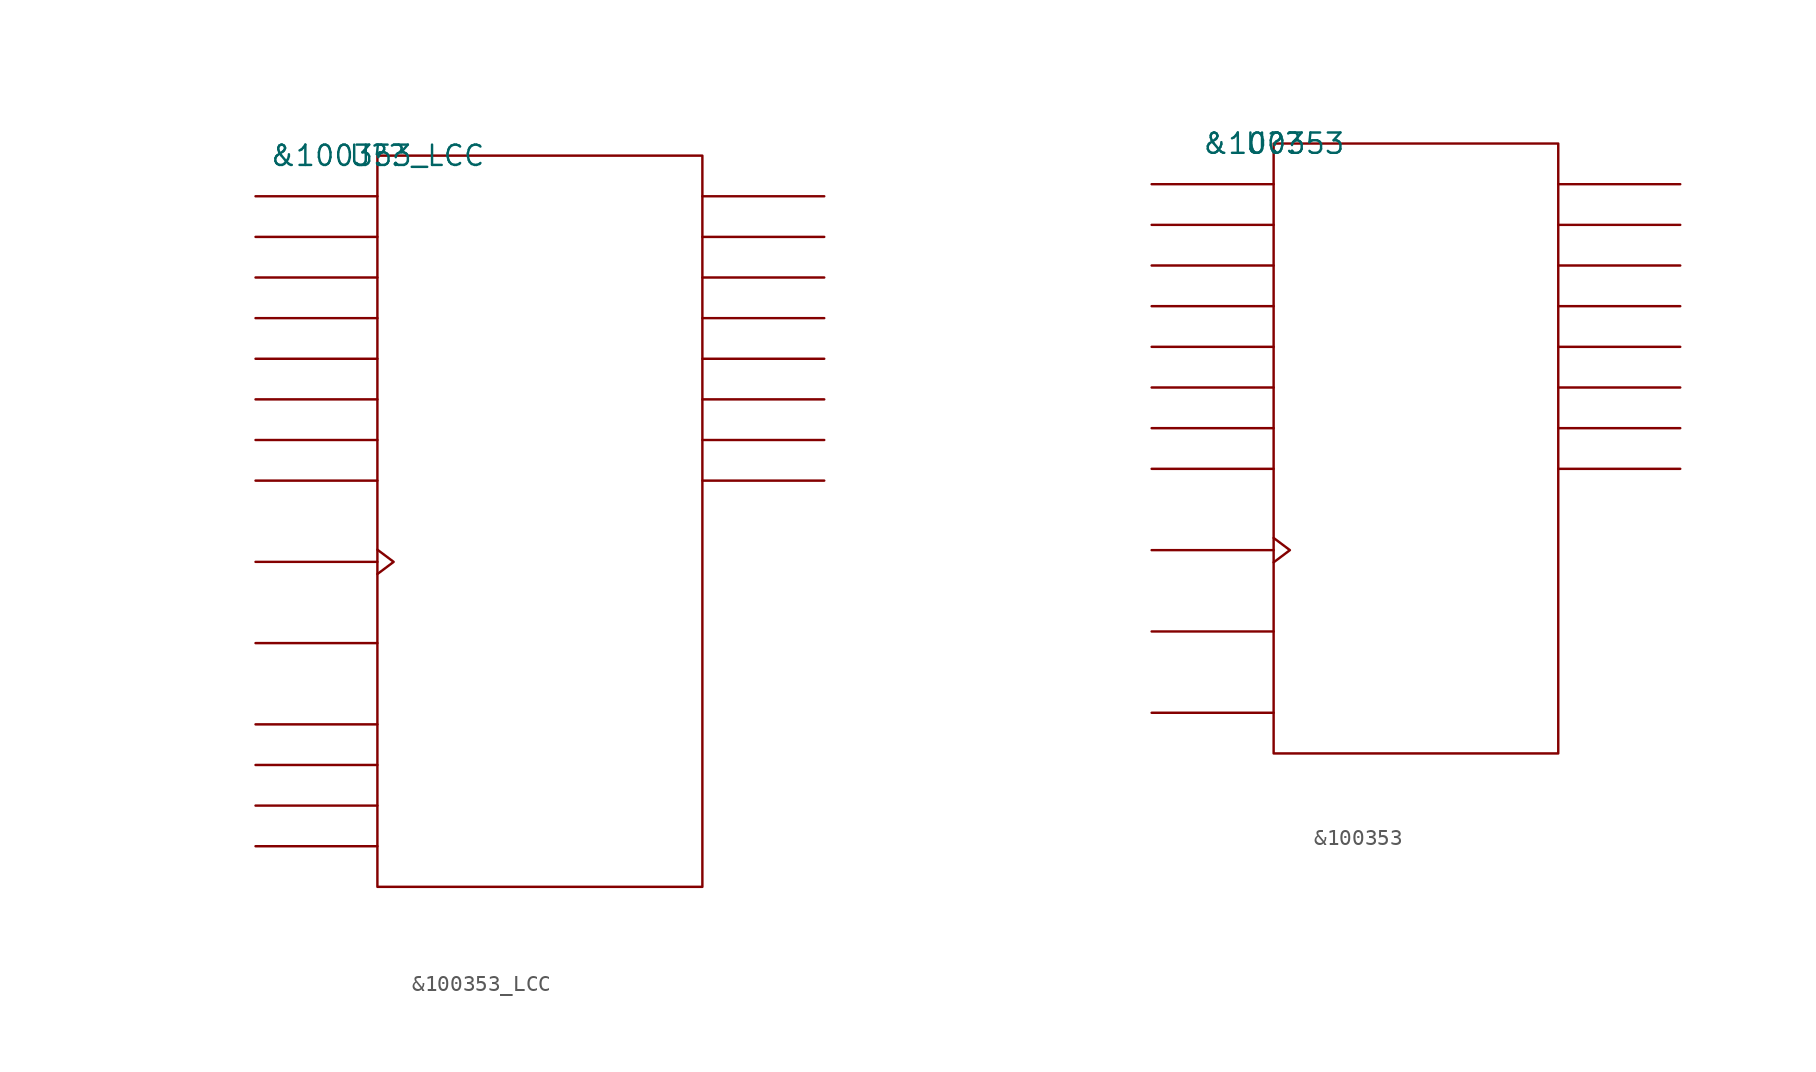
<source format=kicad_sym>
(kicad_symbol_lib
  (version 20211014)
  (generator kicad_symbol_editor)
  (symbol "&100353_LCC"
    (pin_names
      (offset 0.762))
    (property "Reference" "U?"
      (at 0 0 0)
      (effects (font (size 1.27 1.27))))
    (property "Value" "&100353_LCC"
      (at 0 0 0)
      (effects (font (size 1.27 1.27))))
    (symbol "&100353_LCC_0_1"
      (rectangle (start 0 -45.72) (end 20.32 0) (stroke (width 0) (type default) (color 0 0 0 0)) (fill (type none)))
      (polyline (pts (xy 0 -43.18) (xy -7.62 -43.18)) (stroke (width 0) (type default) (color 0 0 0 0)) (fill (type none)))
      (polyline (pts (xy 0 -40.64) (xy -7.62 -40.64)) (stroke (width 0) (type default) (color 0 0 0 0)) (fill (type none)))
      (polyline (pts (xy 0 -38.1) (xy -7.62 -38.1)) (stroke (width 0) (type default) (color 0 0 0 0)) (fill (type none)))
      (polyline (pts (xy 0 -35.56) (xy -7.62 -35.56)) (stroke (width 0) (type default) (color 0 0 0 0)) (fill (type none)))
      (polyline (pts (xy 0 -30.48) (xy -7.62 -30.48)) (stroke (width 0) (type default) (color 0 0 0 0)) (fill (type none)))
      (polyline (pts (xy 0 -25.4) (xy -7.62 -25.4)) (stroke (width 0) (type default) (color 0 0 0 0)) (fill (type none)))
      (polyline (pts (xy 0 -20.32) (xy -7.62 -20.32)) (stroke (width 0) (type default) (color 0 0 0 0)) (fill (type none)))
      (polyline (pts (xy 0 -17.78) (xy -7.62 -17.78)) (stroke (width 0) (type default) (color 0 0 0 0)) (fill (type none)))
      (polyline (pts (xy 0 -15.24) (xy -7.62 -15.24)) (stroke (width 0) (type default) (color 0 0 0 0)) (fill (type none)))
      (polyline (pts (xy 0 -12.7) (xy -7.62 -12.7)) (stroke (width 0) (type default) (color 0 0 0 0)) (fill (type none)))
      (polyline (pts (xy 0 -10.16) (xy -7.62 -10.16)) (stroke (width 0) (type default) (color 0 0 0 0)) (fill (type none)))
      (polyline (pts (xy 0 -7.62) (xy -7.62 -7.62)) (stroke (width 0) (type default) (color 0 0 0 0)) (fill (type none)))
      (polyline (pts (xy 0 -5.08) (xy -7.62 -5.08)) (stroke (width 0) (type default) (color 0 0 0 0)) (fill (type none)))
      (polyline (pts (xy 0 -2.54) (xy -7.62 -2.54)) (stroke (width 0) (type default) (color 0 0 0 0)) (fill (type none)))
      (polyline (pts (xy 20.32 -20.32) (xy 27.94 -20.32)) (stroke (width 0) (type default) (color 0 0 0 0)) (fill (type none)))
      (polyline (pts (xy 20.32 -17.78) (xy 27.94 -17.78)) (stroke (width 0) (type default) (color 0 0 0 0)) (fill (type none)))
      (polyline (pts (xy 20.32 -15.24) (xy 27.94 -15.24)) (stroke (width 0) (type default) (color 0 0 0 0)) (fill (type none)))
      (polyline (pts (xy 20.32 -12.7) (xy 27.94 -12.7)) (stroke (width 0) (type default) (color 0 0 0 0)) (fill (type none)))
      (polyline (pts (xy 20.32 -10.16) (xy 27.94 -10.16)) (stroke (width 0) (type default) (color 0 0 0 0)) (fill (type none)))
      (polyline (pts (xy 20.32 -7.62) (xy 27.94 -7.62)) (stroke (width 0) (type default) (color 0 0 0 0)) (fill (type none)))
      (polyline (pts (xy 20.32 -5.08) (xy 27.94 -5.08)) (stroke (width 0) (type default) (color 0 0 0 0)) (fill (type none)))
      (polyline (pts (xy 20.32 -2.54) (xy 27.94 -2.54)) (stroke (width 0) (type default) (color 0 0 0 0)) (fill (type none)))
      (polyline (pts (xy 0 -24.638) (xy 1.016 -25.4) (xy 0 -26.162)) (stroke (width 0) (type default) (color 0 0 0 0)) (fill (type none))))
    (symbol "&100353_LCC_1_1"
      (pin power_in line (at 7.62 -45.72 0) (length 7.62) hide (name "GND" (effects (font (size 1.245 1.245)))) (number "1" (effects (font (size 1.245 1.245)))))
      (pin unspecified line (at 27.94 -7.62 180) (length 7.62) hide (name "Q2" (effects (font (size 1.245 1.245)))) (number "10" (effects (font (size 1.245 1.245)))))
      (pin unspecified line (at 27.94 -5.08 180) (length 7.62) hide (name "Q1" (effects (font (size 1.245 1.245)))) (number "11" (effects (font (size 1.245 1.245)))))
      (pin unspecified line (at 27.94 -2.54 180) (length 7.62) hide (name "Q0" (effects (font (size 1.245 1.245)))) (number "12" (effects (font (size 1.245 1.245)))))
      (pin power_in line (at 15.24 -45.72 0) (length 7.62) hide (name "GND" (effects (font (size 1.245 1.245)))) (number "13" (effects (font (size 1.245 1.245)))))
      (pin power_in line (at -7.62 -35.56 0) (length 7.62) hide (name "VEE" (effects (font (size 1.245 1.245)))) (number "14" (effects (font (size 1.245 1.245)))))
      (pin power_in line (at -7.62 -40.64 0) (length 7.62) hide (name "VEES" (effects (font (size 1.245 1.245)))) (number "15" (effects (font (size 1.245 1.245)))))
      (pin unspecified line (at -7.62 -25.4 180) (length 7.62) hide (name "CLK" (effects (font (size 1.245 1.245)))) (number "16" (effects (font (size 1.245 1.245)))))
      (pin unspecified line (at -7.62 -30.48 0) (length 7.62) hide (name "C\\K\\E\\" (effects (font (size 1.245 1.245)))) (number "17" (effects (font (size 1.245 1.245)))))
      (pin unspecified line (at -7.62 -2.54 0) (length 7.62) hide (name "D0" (effects (font (size 1.245 1.245)))) (number "18" (effects (font (size 1.245 1.245)))))
      (pin unspecified line (at -7.62 -5.08 0) (length 7.62) hide (name "D1" (effects (font (size 1.245 1.245)))) (number "19" (effects (font (size 1.245 1.245)))))
      (pin power_in line (at 10.16 -45.72 0) (length 7.62) hide (name "GND" (effects (font (size 1.245 1.245)))) (number "2" (effects (font (size 1.245 1.245)))))
      (pin unspecified line (at -7.62 -7.62 0) (length 7.62) hide (name "D2" (effects (font (size 1.245 1.245)))) (number "20" (effects (font (size 1.245 1.245)))))
      (pin unspecified line (at -7.62 -10.16 0) (length 7.62) hide (name "D3" (effects (font (size 1.245 1.245)))) (number "21" (effects (font (size 1.245 1.245)))))
      (pin power_in line (at -7.62 -43.18 0) (length 7.62) hide (name "VEES" (effects (font (size 1.245 1.245)))) (number "22" (effects (font (size 1.245 1.245)))))
      (pin unspecified line (at -7.62 -12.7 0) (length 7.62) hide (name "D4" (effects (font (size 1.245 1.245)))) (number "23" (effects (font (size 1.245 1.245)))))
      (pin unspecified line (at -7.62 -15.24 0) (length 7.62) hide (name "D5" (effects (font (size 1.245 1.245)))) (number "24" (effects (font (size 1.245 1.245)))))
      (pin unspecified line (at -7.62 -17.78 0) (length 7.62) hide (name "D6" (effects (font (size 1.245 1.245)))) (number "25" (effects (font (size 1.245 1.245)))))
      (pin unspecified line (at -7.62 -20.32 0) (length 7.62) hide (name "D7" (effects (font (size 1.245 1.245)))) (number "26" (effects (font (size 1.245 1.245)))))
      (pin power_in line (at 17.78 -45.72 0) (length 7.62) hide (name "GND" (effects (font (size 1.245 1.245)))) (number "28" (effects (font (size 1.245 1.245)))))
      (pin power_in line (at 12.7 -45.72 0) (length 7.62) hide (name "GND" (effects (font (size 1.245 1.245)))) (number "3" (effects (font (size 1.245 1.245)))))
      (pin unspecified line (at 27.94 -20.32 180) (length 7.62) hide (name "Q7" (effects (font (size 1.245 1.245)))) (number "4" (effects (font (size 1.245 1.245)))))
      (pin unspecified line (at 27.94 -17.78 180) (length 7.62) hide (name "Q6" (effects (font (size 1.245 1.245)))) (number "5" (effects (font (size 1.245 1.245)))))
      (pin unspecified line (at 27.94 -15.24 180) (length 7.62) hide (name "Q5" (effects (font (size 1.245 1.245)))) (number "6" (effects (font (size 1.245 1.245)))))
      (pin unspecified line (at 27.94 -12.7 180) (length 7.62) hide (name "Q4" (effects (font (size 1.245 1.245)))) (number "7" (effects (font (size 1.245 1.245)))))
      (pin power_in line (at -7.62 -38.1 0) (length 7.62) hide (name "VEES" (effects (font (size 1.245 1.245)))) (number "8" (effects (font (size 1.245 1.245)))))
      (pin unspecified line (at 27.94 -10.16 180) (length 7.62) hide (name "Q3" (effects (font (size 1.245 1.245)))) (number "9" (effects (font (size 1.245 1.245)))))))
  (symbol "&100353"
    (pin_names
      (offset 0.762))
    (property "Reference" "U?"
      (at 0 0 0)
      (effects (font (size 1.27 1.27))))
    (property "Value" "&100353"
      (at 0 0 0)
      (effects (font (size 1.27 1.27))))
    (symbol "&100353_0_1"
      (rectangle (start 0 -38.1) (end 17.78 0) (stroke (width 0) (type default) (color 0 0 0 0)) (fill (type none)))
      (polyline (pts (xy 0 -35.56) (xy -7.62 -35.56)) (stroke (width 0) (type default) (color 0 0 0 0)) (fill (type none)))
      (polyline (pts (xy 0 -30.48) (xy -7.62 -30.48)) (stroke (width 0) (type default) (color 0 0 0 0)) (fill (type none)))
      (polyline (pts (xy 0 -25.4) (xy -7.62 -25.4)) (stroke (width 0) (type default) (color 0 0 0 0)) (fill (type none)))
      (polyline (pts (xy 0 -20.32) (xy -7.62 -20.32)) (stroke (width 0) (type default) (color 0 0 0 0)) (fill (type none)))
      (polyline (pts (xy 0 -17.78) (xy -7.62 -17.78)) (stroke (width 0) (type default) (color 0 0 0 0)) (fill (type none)))
      (polyline (pts (xy 0 -15.24) (xy -7.62 -15.24)) (stroke (width 0) (type default) (color 0 0 0 0)) (fill (type none)))
      (polyline (pts (xy 0 -12.7) (xy -7.62 -12.7)) (stroke (width 0) (type default) (color 0 0 0 0)) (fill (type none)))
      (polyline (pts (xy 0 -10.16) (xy -7.62 -10.16)) (stroke (width 0) (type default) (color 0 0 0 0)) (fill (type none)))
      (polyline (pts (xy 0 -7.62) (xy -7.62 -7.62)) (stroke (width 0) (type default) (color 0 0 0 0)) (fill (type none)))
      (polyline (pts (xy 0 -5.08) (xy -7.62 -5.08)) (stroke (width 0) (type default) (color 0 0 0 0)) (fill (type none)))
      (polyline (pts (xy 0 -2.54) (xy -7.62 -2.54)) (stroke (width 0) (type default) (color 0 0 0 0)) (fill (type none)))
      (polyline (pts (xy 17.78 -20.32) (xy 25.4 -20.32)) (stroke (width 0) (type default) (color 0 0 0 0)) (fill (type none)))
      (polyline (pts (xy 17.78 -17.78) (xy 25.4 -17.78)) (stroke (width 0) (type default) (color 0 0 0 0)) (fill (type none)))
      (polyline (pts (xy 17.78 -15.24) (xy 25.4 -15.24)) (stroke (width 0) (type default) (color 0 0 0 0)) (fill (type none)))
      (polyline (pts (xy 17.78 -12.7) (xy 25.4 -12.7)) (stroke (width 0) (type default) (color 0 0 0 0)) (fill (type none)))
      (polyline (pts (xy 17.78 -10.16) (xy 25.4 -10.16)) (stroke (width 0) (type default) (color 0 0 0 0)) (fill (type none)))
      (polyline (pts (xy 17.78 -7.62) (xy 25.4 -7.62)) (stroke (width 0) (type default) (color 0 0 0 0)) (fill (type none)))
      (polyline (pts (xy 17.78 -5.08) (xy 25.4 -5.08)) (stroke (width 0) (type default) (color 0 0 0 0)) (fill (type none)))
      (polyline (pts (xy 17.78 -2.54) (xy 25.4 -2.54)) (stroke (width 0) (type default) (color 0 0 0 0)) (fill (type none)))
      (polyline (pts (xy 0 -24.638) (xy 1.016 -25.4) (xy 0 -26.162)) (stroke (width 0) (type default) (color 0 0 0 0)) (fill (type none))))
    (symbol "&100353_1_1"
      (pin unspecified line (at -7.62 -12.7 0) (length 7.62) hide (name "D4" (effects (font (size 1.245 1.245)))) (number "1" (effects (font (size 1.245 1.245)))))
      (pin unspecified line (at 25.4 -17.78 180) (length 7.62) hide (name "Q6" (effects (font (size 1.245 1.245)))) (number "10" (effects (font (size 1.245 1.245)))))
      (pin unspecified line (at 25.4 -15.24 180) (length 7.62) hide (name "Q5" (effects (font (size 1.245 1.245)))) (number "11" (effects (font (size 1.245 1.245)))))
      (pin unspecified line (at 25.4 -12.7 180) (length 7.62) hide (name "Q4" (effects (font (size 1.245 1.245)))) (number "12" (effects (font (size 1.245 1.245)))))
      (pin unspecified line (at 25.4 -10.16 180) (length 7.62) hide (name "Q3" (effects (font (size 1.245 1.245)))) (number "13" (effects (font (size 1.245 1.245)))))
      (pin unspecified line (at 25.4 -7.62 180) (length 7.62) hide (name "Q2" (effects (font (size 1.245 1.245)))) (number "14" (effects (font (size 1.245 1.245)))))
      (pin unspecified line (at 25.4 -5.08 180) (length 7.62) hide (name "Q1" (effects (font (size 1.245 1.245)))) (number "15" (effects (font (size 1.245 1.245)))))
      (pin unspecified line (at 25.4 -2.54 180) (length 7.62) hide (name "Q0" (effects (font (size 1.245 1.245)))) (number "16" (effects (font (size 1.245 1.245)))))
      (pin power_in line (at 15.24 -38.1 0) (length 7.62) hide (name "GND" (effects (font (size 1.245 1.245)))) (number "17" (effects (font (size 1.245 1.245)))))
      (pin power_in line (at -7.62 -35.56 0) (length 7.62) hide (name "VEE" (effects (font (size 1.245 1.245)))) (number "18" (effects (font (size 1.245 1.245)))))
      (pin unspecified line (at -7.62 -25.4 180) (length 7.62) hide (name "CLK" (effects (font (size 1.245 1.245)))) (number "19" (effects (font (size 1.245 1.245)))))
      (pin unspecified line (at -7.62 -15.24 0) (length 7.62) hide (name "D5" (effects (font (size 1.245 1.245)))) (number "2" (effects (font (size 1.245 1.245)))))
      (pin unspecified line (at -7.62 -30.48 0) (length 7.62) hide (name "C\\K\\E\\" (effects (font (size 1.245 1.245)))) (number "20" (effects (font (size 1.245 1.245)))))
      (pin unspecified line (at -7.62 -2.54 0) (length 7.62) hide (name "D0" (effects (font (size 1.245 1.245)))) (number "21" (effects (font (size 1.245 1.245)))))
      (pin unspecified line (at -7.62 -5.08 0) (length 7.62) hide (name "D1" (effects (font (size 1.245 1.245)))) (number "22" (effects (font (size 1.245 1.245)))))
      (pin unspecified line (at -7.62 -7.62 0) (length 7.62) hide (name "D2" (effects (font (size 1.245 1.245)))) (number "23" (effects (font (size 1.245 1.245)))))
      (pin unspecified line (at -7.62 -10.16 0) (length 7.62) hide (name "D3" (effects (font (size 1.245 1.245)))) (number "24" (effects (font (size 1.245 1.245)))))
      (pin unspecified line (at -7.62 -17.78 0) (length 7.62) hide (name "D6" (effects (font (size 1.245 1.245)))) (number "3" (effects (font (size 1.245 1.245)))))
      (pin unspecified line (at -7.62 -20.32 0) (length 7.62) hide (name "D7" (effects (font (size 1.245 1.245)))) (number "4" (effects (font (size 1.245 1.245)))))
      (pin power_in line (at 7.62 -38.1 0) (length 7.62) hide (name "GND" (effects (font (size 1.245 1.245)))) (number "6" (effects (font (size 1.245 1.245)))))
      (pin power_in line (at 10.16 -38.1 0) (length 7.62) hide (name "GND" (effects (font (size 1.245 1.245)))) (number "7" (effects (font (size 1.245 1.245)))))
      (pin power_in line (at 12.7 -38.1 0) (length 7.62) hide (name "GND" (effects (font (size 1.245 1.245)))) (number "8" (effects (font (size 1.245 1.245)))))
      (pin unspecified line (at 25.4 -20.32 180) (length 7.62) hide (name "Q7" (effects (font (size 1.245 1.245)))) (number "9" (effects (font (size 1.245 1.245))))))))
</source>
